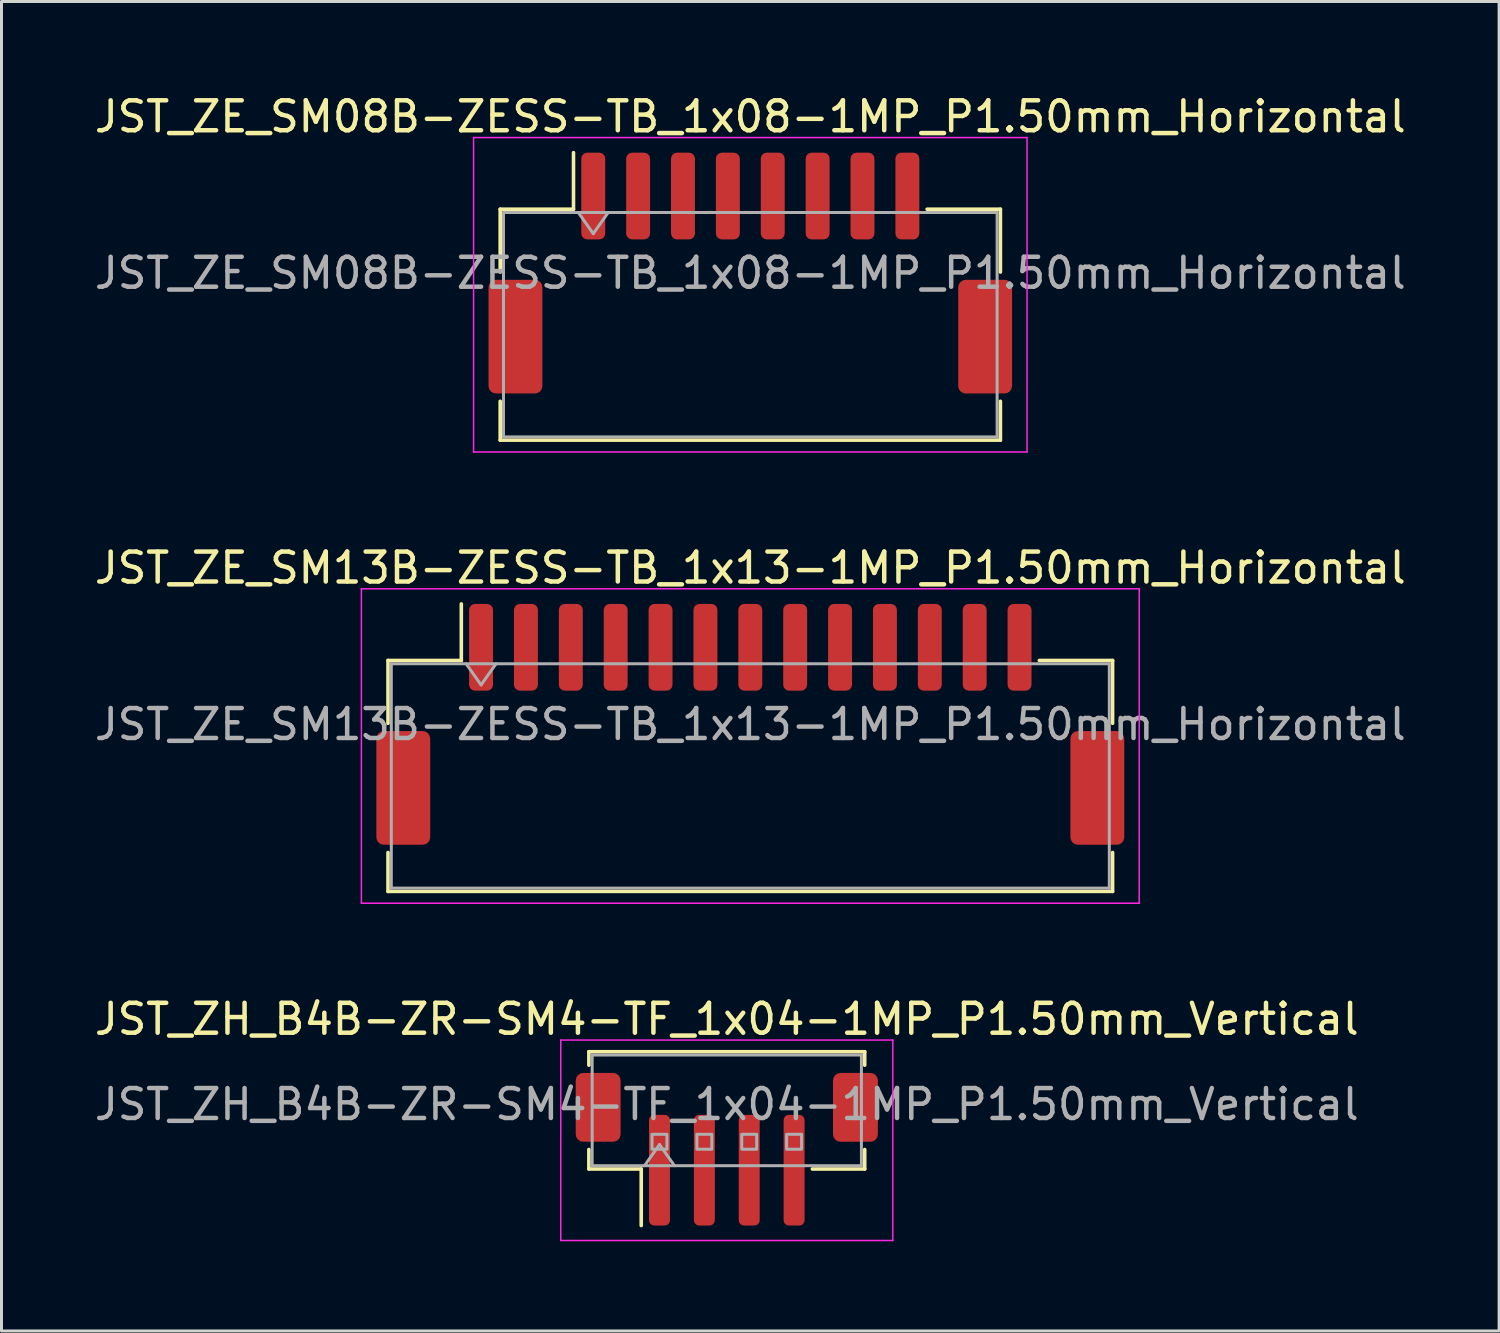
<source format=kicad_pcb>
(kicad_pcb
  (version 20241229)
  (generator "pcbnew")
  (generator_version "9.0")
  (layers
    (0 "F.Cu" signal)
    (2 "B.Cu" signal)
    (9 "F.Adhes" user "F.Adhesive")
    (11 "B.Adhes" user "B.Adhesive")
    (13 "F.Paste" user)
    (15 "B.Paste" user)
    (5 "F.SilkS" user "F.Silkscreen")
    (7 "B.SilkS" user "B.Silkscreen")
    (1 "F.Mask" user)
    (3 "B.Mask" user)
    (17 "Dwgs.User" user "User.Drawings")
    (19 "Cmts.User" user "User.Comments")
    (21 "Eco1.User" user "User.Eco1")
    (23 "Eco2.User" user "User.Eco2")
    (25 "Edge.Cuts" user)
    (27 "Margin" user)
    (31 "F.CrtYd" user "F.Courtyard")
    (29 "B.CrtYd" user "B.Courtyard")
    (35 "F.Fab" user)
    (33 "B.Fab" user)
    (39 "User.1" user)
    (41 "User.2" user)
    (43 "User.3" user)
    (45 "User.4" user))
  (footprint "JST_ZE_SM08B-ZESS-TB_1x08-1MP_P1.50mm_Horizontal"
    (layer "F.Cu")
    (at 22.03 6.078)
    (property "Reference" "JST_ZE_SM08B-ZESS-TB_1x08-1MP_P1.50mm_Horizontal" (at 0 -5.23 0) (layer "F.SilkS") (effects (font (size 1 1) (thickness 0.15))))
    (attr smd)
    (fp_line (start -8.36 -2.135) (end -5.91 -2.135) (stroke (width 0.12) (type solid)) (layer "F.SilkS"))
    (fp_line (start -8.36 -0.035) (end -8.36 -2.135) (stroke (width 0.12) (type solid)) (layer "F.SilkS"))
    (fp_line (start -8.36 4.285) (end -8.36 5.585) (stroke (width 0.12) (type solid)) (layer "F.SilkS"))
    (fp_line (start -8.36 5.585) (end 8.36 5.585) (stroke (width 0.12) (type solid)) (layer "F.SilkS"))
    (fp_line (start -5.91 -2.135) (end -5.91 -4.025) (stroke (width 0.12) (type solid)) (layer "F.SilkS"))
    (fp_line (start 8.36 -2.135) (end 5.91 -2.135) (stroke (width 0.12) (type solid)) (layer "F.SilkS"))
    (fp_line (start 8.36 -0.035) (end 8.36 -2.135) (stroke (width 0.12) (type solid)) (layer "F.SilkS"))
    (fp_line (start 8.36 5.585) (end 8.36 4.285) (stroke (width 0.12) (type solid)) (layer "F.SilkS"))
    (fp_line (start -9.25 -4.53) (end -9.25 5.98) (stroke (width 0.05) (type solid)) (layer "F.CrtYd"))
    (fp_line (start -9.25 5.98) (end 9.25 5.98) (stroke (width 0.05) (type solid)) (layer "F.CrtYd"))
    (fp_line (start 9.25 -4.53) (end -9.25 -4.53) (stroke (width 0.05) (type solid)) (layer "F.CrtYd"))
    (fp_line (start 9.25 5.98) (end 9.25 -4.53) (stroke (width 0.05) (type solid)) (layer "F.CrtYd"))
    (fp_line (start -8.25 -2.025) (end -8.25 5.475) (stroke (width 0.1) (type solid)) (layer "F.Fab"))
    (fp_line (start -8.25 -2.025) (end 8.25 -2.025) (stroke (width 0.1) (type solid)) (layer "F.Fab"))
    (fp_line (start -8.25 5.475) (end 8.25 5.475) (stroke (width 0.1) (type solid)) (layer "F.Fab"))
    (fp_line (start -5.75 -2.025) (end -5.25 -1.318) (stroke (width 0.1) (type solid)) (layer "F.Fab"))
    (fp_line (start -5.25 -1.318) (end -4.75 -2.025) (stroke (width 0.1) (type solid)) (layer "F.Fab"))
    (fp_line (start 8.25 -2.025) (end 8.25 5.475) (stroke (width 0.1) (type solid)) (layer "F.Fab"))
    (fp_text user "${REFERENCE}" (at 0 0 0) (layer "F.Fab") (effects (font (size 1 1) (thickness 0.15))))
    (pad "1" smd roundrect (at -5.25 -2.575) (size 0.8 2.9) (layers "F.Cu" "F.Mask" "F.Paste") (roundrect_rratio 0.25))
    (pad "2" smd roundrect (at -3.75 -2.575) (size 0.8 2.9) (layers "F.Cu" "F.Mask" "F.Paste") (roundrect_rratio 0.25))
    (pad "3" smd roundrect (at -2.25 -2.575) (size 0.8 2.9) (layers "F.Cu" "F.Mask" "F.Paste") (roundrect_rratio 0.25))
    (pad "4" smd roundrect (at -0.75 -2.575) (size 0.8 2.9) (layers "F.Cu" "F.Mask" "F.Paste") (roundrect_rratio 0.25))
    (pad "5" smd roundrect (at 0.75 -2.575) (size 0.8 2.9) (layers "F.Cu" "F.Mask" "F.Paste") (roundrect_rratio 0.25))
    (pad "6" smd roundrect (at 2.25 -2.575) (size 0.8 2.9) (layers "F.Cu" "F.Mask" "F.Paste") (roundrect_rratio 0.25))
    (pad "7" smd roundrect (at 3.75 -2.575) (size 0.8 2.9) (layers "F.Cu" "F.Mask" "F.Paste") (roundrect_rratio 0.25))
    (pad "8" smd roundrect (at 5.25 -2.575) (size 0.8 2.9) (layers "F.Cu" "F.Mask" "F.Paste") (roundrect_rratio 0.25))
    (pad "MP" smd roundrect (at -7.85 2.125) (size 1.8 3.8) (layers "F.Cu" "F.Mask" "F.Paste") (roundrect_rratio 0.139))
    (pad "MP" smd roundrect (at 7.85 2.125) (size 1.8 3.8) (layers "F.Cu" "F.Mask" "F.Paste") (roundrect_rratio 0.139)))
  (footprint "JST_ZE_SM13B-ZESS-TB_1x13-1MP_P1.50mm_Horizontal"
    (layer "F.Cu")
    (at 22.03 21.162)
    (property "Reference" "JST_ZE_SM13B-ZESS-TB_1x13-1MP_P1.50mm_Horizontal" (at 0 -5.23 0) (layer "F.SilkS") (effects (font (size 1 1) (thickness 0.15))))
    (attr smd)
    (fp_line (start -12.11 -2.135) (end -9.66 -2.135) (stroke (width 0.12) (type solid)) (layer "F.SilkS"))
    (fp_line (start -12.11 -0.035) (end -12.11 -2.135) (stroke (width 0.12) (type solid)) (layer "F.SilkS"))
    (fp_line (start -12.11 4.285) (end -12.11 5.585) (stroke (width 0.12) (type solid)) (layer "F.SilkS"))
    (fp_line (start -12.11 5.585) (end 12.11 5.585) (stroke (width 0.12) (type solid)) (layer "F.SilkS"))
    (fp_line (start -9.66 -2.135) (end -9.66 -4.025) (stroke (width 0.12) (type solid)) (layer "F.SilkS"))
    (fp_line (start 12.11 -2.135) (end 9.66 -2.135) (stroke (width 0.12) (type solid)) (layer "F.SilkS"))
    (fp_line (start 12.11 -0.035) (end 12.11 -2.135) (stroke (width 0.12) (type solid)) (layer "F.SilkS"))
    (fp_line (start 12.11 5.585) (end 12.11 4.285) (stroke (width 0.12) (type solid)) (layer "F.SilkS"))
    (fp_line (start -13 -4.53) (end -13 5.98) (stroke (width 0.05) (type solid)) (layer "F.CrtYd"))
    (fp_line (start -13 5.98) (end 13 5.98) (stroke (width 0.05) (type solid)) (layer "F.CrtYd"))
    (fp_line (start 13 -4.53) (end -13 -4.53) (stroke (width 0.05) (type solid)) (layer "F.CrtYd"))
    (fp_line (start 13 5.98) (end 13 -4.53) (stroke (width 0.05) (type solid)) (layer "F.CrtYd"))
    (fp_line (start -12 -2.025) (end -12 5.475) (stroke (width 0.1) (type solid)) (layer "F.Fab"))
    (fp_line (start -12 -2.025) (end 12 -2.025) (stroke (width 0.1) (type solid)) (layer "F.Fab"))
    (fp_line (start -12 5.475) (end 12 5.475) (stroke (width 0.1) (type solid)) (layer "F.Fab"))
    (fp_line (start -9.5 -2.025) (end -9 -1.318) (stroke (width 0.1) (type solid)) (layer "F.Fab"))
    (fp_line (start -9 -1.318) (end -8.5 -2.025) (stroke (width 0.1) (type solid)) (layer "F.Fab"))
    (fp_line (start 12 -2.025) (end 12 5.475) (stroke (width 0.1) (type solid)) (layer "F.Fab"))
    (fp_text user "${REFERENCE}" (at 0 0 0) (layer "F.Fab") (effects (font (size 1 1) (thickness 0.15))))
    (pad "1" smd roundrect (at -9 -2.575) (size 0.8 2.9) (layers "F.Cu" "F.Mask" "F.Paste") (roundrect_rratio 0.25))
    (pad "2" smd roundrect (at -7.5 -2.575) (size 0.8 2.9) (layers "F.Cu" "F.Mask" "F.Paste") (roundrect_rratio 0.25))
    (pad "3" smd roundrect (at -6 -2.575) (size 0.8 2.9) (layers "F.Cu" "F.Mask" "F.Paste") (roundrect_rratio 0.25))
    (pad "4" smd roundrect (at -4.5 -2.575) (size 0.8 2.9) (layers "F.Cu" "F.Mask" "F.Paste") (roundrect_rratio 0.25))
    (pad "5" smd roundrect (at -3 -2.575) (size 0.8 2.9) (layers "F.Cu" "F.Mask" "F.Paste") (roundrect_rratio 0.25))
    (pad "6" smd roundrect (at -1.5 -2.575) (size 0.8 2.9) (layers "F.Cu" "F.Mask" "F.Paste") (roundrect_rratio 0.25))
    (pad "7" smd roundrect (at 0 -2.575) (size 0.8 2.9) (layers "F.Cu" "F.Mask" "F.Paste") (roundrect_rratio 0.25))
    (pad "8" smd roundrect (at 1.5 -2.575) (size 0.8 2.9) (layers "F.Cu" "F.Mask" "F.Paste") (roundrect_rratio 0.25))
    (pad "9" smd roundrect (at 3 -2.575) (size 0.8 2.9) (layers "F.Cu" "F.Mask" "F.Paste") (roundrect_rratio 0.25))
    (pad "10" smd roundrect (at 4.5 -2.575) (size 0.8 2.9) (layers "F.Cu" "F.Mask" "F.Paste") (roundrect_rratio 0.25))
    (pad "11" smd roundrect (at 6 -2.575) (size 0.8 2.9) (layers "F.Cu" "F.Mask" "F.Paste") (roundrect_rratio 0.25))
    (pad "12" smd roundrect (at 7.5 -2.575) (size 0.8 2.9) (layers "F.Cu" "F.Mask" "F.Paste") (roundrect_rratio 0.25))
    (pad "13" smd roundrect (at 9 -2.575) (size 0.8 2.9) (layers "F.Cu" "F.Mask" "F.Paste") (roundrect_rratio 0.25))
    (pad "MP" smd roundrect (at -11.6 2.125) (size 1.8 3.8) (layers "F.Cu" "F.Mask" "F.Paste") (roundrect_rratio 0.139))
    (pad "MP" smd roundrect (at 11.6 2.125) (size 1.8 3.8) (layers "F.Cu" "F.Mask" "F.Paste") (roundrect_rratio 0.139)))
  (footprint "JST_ZH_B4B-ZR-SM4-TF_1x04-1MP_P1.50mm_Vertical"
    (layer "F.Cu")
    (at 21.244 35.365)
    (property "Reference" "JST_ZH_B4B-ZR-SM4-TF_1x04-1MP_P1.50mm_Vertical" (at 0 -4.35 0) (layer "F.SilkS") (effects (font (size 1 1) (thickness 0.15))))
    (attr smd)
    (fp_line (start -4.61 -3.26) (end 4.61 -3.26) (stroke (width 0.12) (type solid)) (layer "F.SilkS"))
    (fp_line (start -4.61 -2.81) (end -4.61 -3.26) (stroke (width 0.12) (type solid)) (layer "F.SilkS"))
    (fp_line (start -4.61 0.01) (end -4.61 0.66) (stroke (width 0.12) (type solid)) (layer "F.SilkS"))
    (fp_line (start -4.61 0.66) (end -2.86 0.66) (stroke (width 0.12) (type solid)) (layer "F.SilkS"))
    (fp_line (start -2.86 0.66) (end -2.86 2.55) (stroke (width 0.12) (type solid)) (layer "F.SilkS"))
    (fp_line (start 4.61 -3.26) (end 4.61 -2.81) (stroke (width 0.12) (type solid)) (layer "F.SilkS"))
    (fp_line (start 4.61 0.01) (end 4.61 0.66) (stroke (width 0.12) (type solid)) (layer "F.SilkS"))
    (fp_line (start 4.61 0.66) (end 2.86 0.66) (stroke (width 0.12) (type solid)) (layer "F.SilkS"))
    (fp_line (start -5.55 -3.65) (end -5.55 3.05) (stroke (width 0.05) (type solid)) (layer "F.CrtYd"))
    (fp_line (start -5.55 3.05) (end 5.55 3.05) (stroke (width 0.05) (type solid)) (layer "F.CrtYd"))
    (fp_line (start 5.55 -3.65) (end -5.55 -3.65) (stroke (width 0.05) (type solid)) (layer "F.CrtYd"))
    (fp_line (start 5.55 3.05) (end 5.55 -3.65) (stroke (width 0.05) (type solid)) (layer "F.CrtYd"))
    (fp_line (start -4.5 -3.15) (end 4.5 -3.15) (stroke (width 0.1) (type solid)) (layer "F.Fab"))
    (fp_line (start -4.5 0.55) (end -4.5 -3.15) (stroke (width 0.1) (type solid)) (layer "F.Fab"))
    (fp_line (start -4.5 0.55) (end 4.5 0.55) (stroke (width 0.1) (type solid)) (layer "F.Fab"))
    (fp_line (start -2.75 0.55) (end -2.25 -0.157) (stroke (width 0.1) (type solid)) (layer "F.Fab"))
    (fp_line (start -2.25 -0.157) (end -1.75 0.55) (stroke (width 0.1) (type solid)) (layer "F.Fab"))
    (fp_line (start 4.5 0.55) (end 4.5 -3.15) (stroke (width 0.1) (type solid)) (layer "F.Fab"))
    (fp_rect (start -2.5 -0.5) (end -2 0) (stroke (width 0.1) (type solid)) (fill no) (layer "F.Fab"))
    (fp_rect (start -1 -0.5) (end -0.5 0) (stroke (width 0.1) (type solid)) (fill no) (layer "F.Fab"))
    (fp_rect (start 0.5 -0.5) (end 1 0) (stroke (width 0.1) (type solid)) (fill no) (layer "F.Fab"))
    (fp_rect (start 2 -0.5) (end 2.5 0) (stroke (width 0.1) (type solid)) (fill no) (layer "F.Fab"))
    (fp_text user "${REFERENCE}" (at 0 -1.5 0) (layer "F.Fab") (effects (font (size 1 1) (thickness 0.15))))
    (pad "1" smd roundrect (at -2.25 0.7) (size 0.7 3.7) (layers "F.Cu" "F.Mask" "F.Paste") (roundrect_rratio 0.25))
    (pad "2" smd roundrect (at -0.75 0.7) (size 0.7 3.7) (layers "F.Cu" "F.Mask" "F.Paste") (roundrect_rratio 0.25))
    (pad "3" smd roundrect (at 0.75 0.7) (size 0.7 3.7) (layers "F.Cu" "F.Mask" "F.Paste") (roundrect_rratio 0.25))
    (pad "4" smd roundrect (at 2.25 0.7) (size 0.7 3.7) (layers "F.Cu" "F.Mask" "F.Paste") (roundrect_rratio 0.25))
    (pad "MP" smd roundrect (at -4.3 -1.4) (size 1.5 2.3) (layers "F.Cu" "F.Mask" "F.Paste") (roundrect_rratio 0.167))
    (pad "MP" smd roundrect (at 4.3 -1.4) (size 1.5 2.3) (layers "F.Cu" "F.Mask" "F.Paste") (roundrect_rratio 0.167)))
  (gr_rect
    (start -3 -3)
    (end 47.06 41.44)
    (stroke (width 0.1) (type default))
    (fill no)
    (layer "Edge.Cuts")))
</source>
